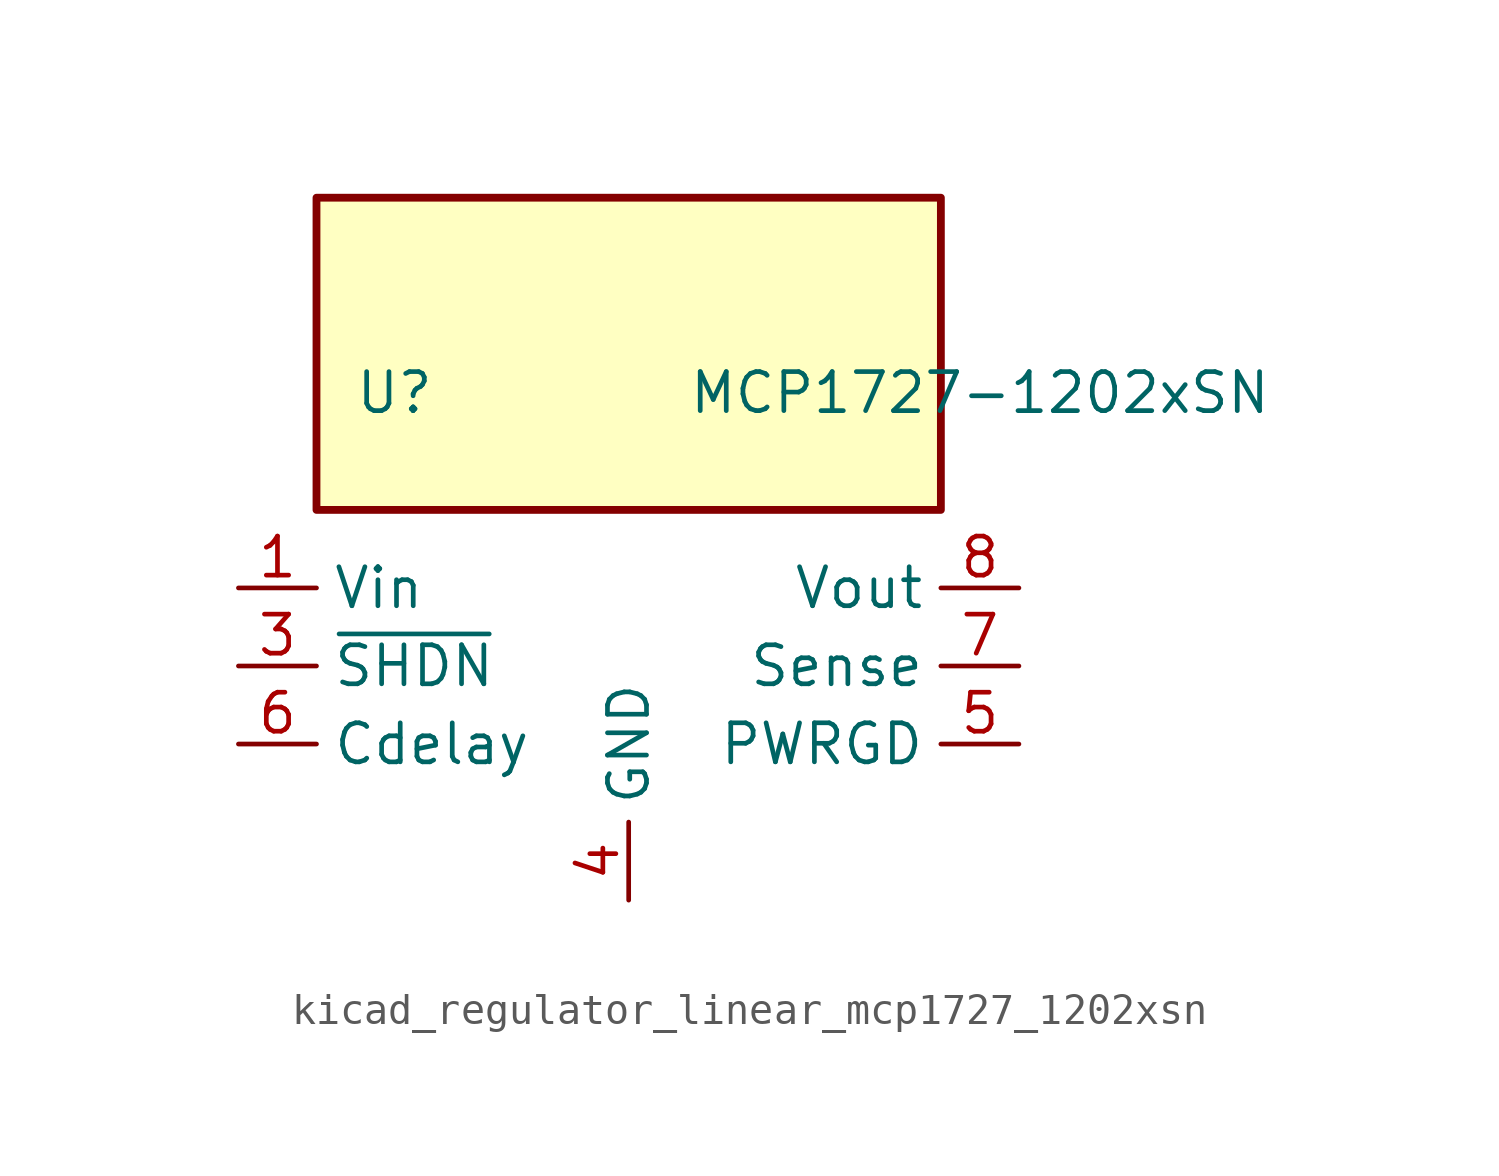
<source format=kicad_sym>
(kicad_symbol_lib
  (version 20220914)
  (generator kicad_symbol_editor)
  (symbol "kicad_regulator_linear_mcp1727_1202xsn"
    (property "Reference" "U"
      (at -7.62 8.89 0)
      (effects (font (size 1.27 1.27))))
    (property "Value" "MCP1727-1202xSN"
      (at 11.43 8.89 0)
      (effects (font (size 1.27 1.27))))
    (symbol "kicad_regulator_linear_mcp1727_1202xsn_0_0"
      (pin open_collector line (at 12.7 -2.54 180) (length 2.54) (name "PWRGD" (effects (font (size 1.27 1.27)))) (number "5" (effects (font (size 1.27 1.27)))))
      (pin input line (at -12.7 -2.54 0) (length 2.54) (name "Cdelay" (effects (font (size 1.27 1.27)))) (number "6" (effects (font (size 1.27 1.27)))))
      (pin input line (at 12.7 0 180) (length 2.54) (name "Sense" (effects (font (size 1.27 1.27)))) (number "7" (effects (font (size 1.27 1.27)))))
      (pin power_out line (at 12.7 2.54 180) (length 2.54) (name "Vout" (effects (font (size 1.27 1.27)))) (number "8" (effects (font (size 1.27 1.27))))))
    (symbol "kicad_regulator_linear_mcp1727_1202xsn_0_1"
      (rectangle (start 10.16 15.24) (end -10.16 5.08) (stroke (width 0.254) (type default)) (fill (type background))))
    (symbol "kicad_regulator_linear_mcp1727_1202xsn_1_1"
      (pin power_in line (at -12.7 2.54 0) (length 2.54) (name "Vin" (effects (font (size 1.27 1.27)))) (number "1" (effects (font (size 1.27 1.27)))))
      (pin passive line (at -12.7 2.54 0) (length 2.54) hide (name "Vin" (effects (font (size 1.27 1.27)))) (number "2" (effects (font (size 1.27 1.27)))))
      (pin input line (at -12.7 0 0) (length 2.54) (name "~{SHDN}" (effects (font (size 1.27 1.27)))) (number "3" (effects (font (size 1.27 1.27)))))
      (pin power_in line (at 0 -7.62 90) (length 2.54) (name "GND" (effects (font (size 1.27 1.27)))) (number "4" (effects (font (size 1.27 1.27))))))))
</source>
